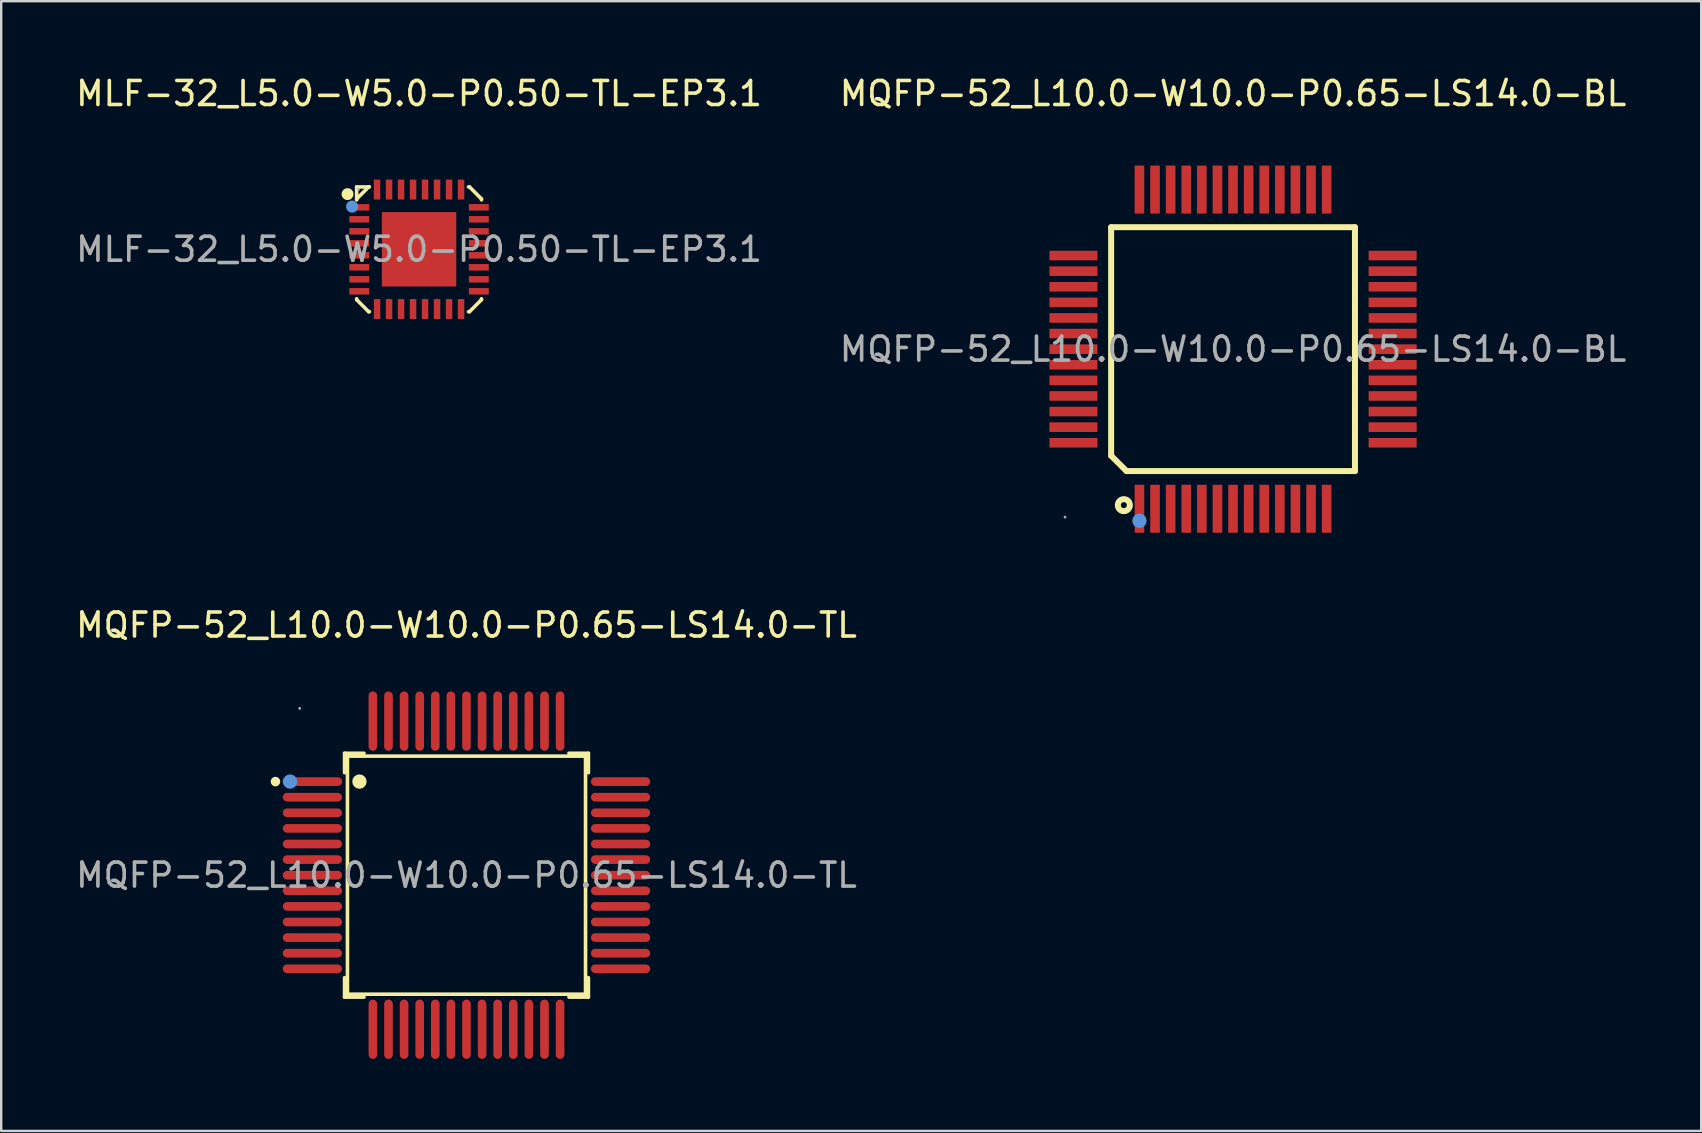
<source format=kicad_pcb>
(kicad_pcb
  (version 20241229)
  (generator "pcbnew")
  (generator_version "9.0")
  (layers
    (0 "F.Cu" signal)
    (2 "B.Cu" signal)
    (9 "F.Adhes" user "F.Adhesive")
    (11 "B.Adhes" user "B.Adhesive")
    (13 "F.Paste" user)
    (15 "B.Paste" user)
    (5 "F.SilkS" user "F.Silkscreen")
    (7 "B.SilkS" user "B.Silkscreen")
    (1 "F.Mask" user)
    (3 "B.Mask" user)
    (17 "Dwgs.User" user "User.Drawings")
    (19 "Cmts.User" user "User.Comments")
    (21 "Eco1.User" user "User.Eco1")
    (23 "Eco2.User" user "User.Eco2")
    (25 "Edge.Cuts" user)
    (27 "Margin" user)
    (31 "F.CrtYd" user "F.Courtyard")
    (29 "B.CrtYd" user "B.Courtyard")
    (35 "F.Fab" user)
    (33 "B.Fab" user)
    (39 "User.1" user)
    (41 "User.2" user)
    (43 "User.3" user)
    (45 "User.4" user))
  (footprint "MQFP-52_L10.0-W10.0-P0.65-LS14.0-BL"
    (layer "F.Cu")
    (at 48.327 11.498)
    (property "Reference" "MQFP-52_L10.0-W10.0-P0.65-LS14.0-BL" (at 0 -10.65 0) (layer "F.SilkS") (effects (font (size 1 1) (thickness 0.15))))
    (attr through_hole)
    (fp_line (start -5.08 -5.08) (end 5.08 -5.08) (stroke (width 0.25) (type solid)) (layer "F.SilkS"))
    (fp_line (start -5.08 4.44) (end -5.08 -5.08) (stroke (width 0.25) (type solid)) (layer "F.SilkS"))
    (fp_line (start -4.44 5.08) (end -5.08 4.44) (stroke (width 0.25) (type solid)) (layer "F.SilkS"))
    (fp_line (start 5.08 -5.08) (end 5.08 5.08) (stroke (width 0.25) (type solid)) (layer "F.SilkS"))
    (fp_line (start 5.08 5.08) (end -4.44 5.08) (stroke (width 0.25) (type solid)) (layer "F.SilkS"))
    (fp_circle (center -4.55 6.5) (end -4.3 6.5) (stroke (width 0.25) (type solid)) (fill no) (layer "F.SilkS"))
    (fp_circle (center -3.9 7.15) (end -3.75 7.15) (stroke (width 0.3) (type solid)) (fill no) (layer "Cmts.User"))
    (fp_circle (center -7 7) (end -6.97 7) (stroke (width 0.06) (type solid)) (fill no) (layer "F.Fab"))
    (fp_text user "${REFERENCE}" (at 0 0 0) (layer "F.Fab") (effects (font (size 1 1) (thickness 0.15))))
    (pad "1" smd rect (at -3.9 6.65 90) (size 2 0.4) (layers "F.Cu" "F.Mask" "F.Paste"))
    (pad "2" smd rect (at -3.25 6.65 90) (size 2 0.4) (layers "F.Cu" "F.Mask" "F.Paste"))
    (pad "3" smd rect (at -2.6 6.65 90) (size 2 0.4) (layers "F.Cu" "F.Mask" "F.Paste"))
    (pad "4" smd rect (at -1.95 6.65 90) (size 2 0.4) (layers "F.Cu" "F.Mask" "F.Paste"))
    (pad "5" smd rect (at -1.3 6.65 90) (size 2 0.4) (layers "F.Cu" "F.Mask" "F.Paste"))
    (pad "6" smd rect (at -0.65 6.65 90) (size 2 0.4) (layers "F.Cu" "F.Mask" "F.Paste"))
    (pad "7" smd rect (at 0 6.65 90) (size 2 0.4) (layers "F.Cu" "F.Mask" "F.Paste"))
    (pad "8" smd rect (at 0.65 6.65 90) (size 2 0.4) (layers "F.Cu" "F.Mask" "F.Paste"))
    (pad "9" smd rect (at 1.3 6.65 90) (size 2 0.4) (layers "F.Cu" "F.Mask" "F.Paste"))
    (pad "10" smd rect (at 1.95 6.65 90) (size 2 0.4) (layers "F.Cu" "F.Mask" "F.Paste"))
    (pad "11" smd rect (at 2.6 6.65 90) (size 2 0.4) (layers "F.Cu" "F.Mask" "F.Paste"))
    (pad "12" smd rect (at 3.25 6.65 90) (size 2 0.4) (layers "F.Cu" "F.Mask" "F.Paste"))
    (pad "13" smd rect (at 3.9 6.65 90) (size 2 0.4) (layers "F.Cu" "F.Mask" "F.Paste"))
    (pad "14" smd rect (at 6.65 3.9 180) (size 2 0.4) (layers "F.Cu" "F.Mask" "F.Paste"))
    (pad "15" smd rect (at 6.65 3.25 180) (size 2 0.4) (layers "F.Cu" "F.Mask" "F.Paste"))
    (pad "16" smd rect (at 6.65 2.6 180) (size 2 0.4) (layers "F.Cu" "F.Mask" "F.Paste"))
    (pad "17" smd rect (at 6.65 1.95 180) (size 2 0.4) (layers "F.Cu" "F.Mask" "F.Paste"))
    (pad "18" smd rect (at 6.65 1.3 180) (size 2 0.4) (layers "F.Cu" "F.Mask" "F.Paste"))
    (pad "19" smd rect (at 6.65 0.65 180) (size 2 0.4) (layers "F.Cu" "F.Mask" "F.Paste"))
    (pad "20" smd rect (at 6.65 0 180) (size 2 0.4) (layers "F.Cu" "F.Mask" "F.Paste"))
    (pad "21" smd rect (at 6.65 -0.65 180) (size 2 0.4) (layers "F.Cu" "F.Mask" "F.Paste"))
    (pad "22" smd rect (at 6.65 -1.3 180) (size 2 0.4) (layers "F.Cu" "F.Mask" "F.Paste"))
    (pad "23" smd rect (at 6.65 -1.95 180) (size 2 0.4) (layers "F.Cu" "F.Mask" "F.Paste"))
    (pad "24" smd rect (at 6.65 -2.6 180) (size 2 0.4) (layers "F.Cu" "F.Mask" "F.Paste"))
    (pad "25" smd rect (at 6.65 -3.25 180) (size 2 0.4) (layers "F.Cu" "F.Mask" "F.Paste"))
    (pad "26" smd rect (at 6.65 -3.9 180) (size 2 0.4) (layers "F.Cu" "F.Mask" "F.Paste"))
    (pad "27" smd rect (at 3.9 -6.65 270) (size 2 0.4) (layers "F.Cu" "F.Mask" "F.Paste"))
    (pad "28" smd rect (at 3.25 -6.65 270) (size 2 0.4) (layers "F.Cu" "F.Mask" "F.Paste"))
    (pad "29" smd rect (at 2.6 -6.65 270) (size 2 0.4) (layers "F.Cu" "F.Mask" "F.Paste"))
    (pad "30" smd rect (at 1.95 -6.65 270) (size 2 0.4) (layers "F.Cu" "F.Mask" "F.Paste"))
    (pad "31" smd rect (at 1.3 -6.65 270) (size 2 0.4) (layers "F.Cu" "F.Mask" "F.Paste"))
    (pad "32" smd rect (at 0.65 -6.65 270) (size 2 0.4) (layers "F.Cu" "F.Mask" "F.Paste"))
    (pad "33" smd rect (at 0 -6.65 270) (size 2 0.4) (layers "F.Cu" "F.Mask" "F.Paste"))
    (pad "34" smd rect (at -0.65 -6.65 270) (size 2 0.4) (layers "F.Cu" "F.Mask" "F.Paste"))
    (pad "35" smd rect (at -1.3 -6.65 270) (size 2 0.4) (layers "F.Cu" "F.Mask" "F.Paste"))
    (pad "36" smd rect (at -1.95 -6.65 270) (size 2 0.4) (layers "F.Cu" "F.Mask" "F.Paste"))
    (pad "37" smd rect (at -2.6 -6.65 270) (size 2 0.4) (layers "F.Cu" "F.Mask" "F.Paste"))
    (pad "38" smd rect (at -3.25 -6.65 270) (size 2 0.4) (layers "F.Cu" "F.Mask" "F.Paste"))
    (pad "39" smd rect (at -3.9 -6.65 270) (size 2 0.4) (layers "F.Cu" "F.Mask" "F.Paste"))
    (pad "40" smd rect (at -6.65 -3.9) (size 2 0.4) (layers "F.Cu" "F.Mask" "F.Paste"))
    (pad "41" smd rect (at -6.65 -3.25) (size 2 0.4) (layers "F.Cu" "F.Mask" "F.Paste"))
    (pad "42" smd rect (at -6.65 -2.6) (size 2 0.4) (layers "F.Cu" "F.Mask" "F.Paste"))
    (pad "43" smd rect (at -6.65 -1.95) (size 2 0.4) (layers "F.Cu" "F.Mask" "F.Paste"))
    (pad "44" smd rect (at -6.65 -1.3) (size 2 0.4) (layers "F.Cu" "F.Mask" "F.Paste"))
    (pad "45" smd rect (at -6.65 -0.65) (size 2 0.4) (layers "F.Cu" "F.Mask" "F.Paste"))
    (pad "46" smd rect (at -6.65 0) (size 2 0.4) (layers "F.Cu" "F.Mask" "F.Paste"))
    (pad "47" smd rect (at -6.65 0.65) (size 2 0.4) (layers "F.Cu" "F.Mask" "F.Paste"))
    (pad "48" smd rect (at -6.65 1.3) (size 2 0.4) (layers "F.Cu" "F.Mask" "F.Paste"))
    (pad "49" smd rect (at -6.65 1.95) (size 2 0.4) (layers "F.Cu" "F.Mask" "F.Paste"))
    (pad "50" smd rect (at -6.65 2.6) (size 2 0.4) (layers "F.Cu" "F.Mask" "F.Paste"))
    (pad "51" smd rect (at -6.65 3.25) (size 2 0.4) (layers "F.Cu" "F.Mask" "F.Paste"))
    (pad "52" smd rect (at -6.65 3.9) (size 2 0.4) (layers "F.Cu" "F.Mask" "F.Paste")))
  (footprint "MQFP-52_L10.0-W10.0-P0.65-LS14.0-TL"
    (layer "F.Cu")
    (at 16.387 33.416)
    (property "Reference" "MQFP-52_L10.0-W10.0-P0.65-LS14.0-TL" (at 0 -10.42 0) (layer "F.SilkS") (effects (font (size 1 1) (thickness 0.15))))
    (attr through_hole)
    (fp_line (start -5.08 -5.08) (end -5.08 -4.27) (stroke (width 0.15) (type solid)) (layer "F.SilkS"))
    (fp_line (start -5.08 5.08) (end -5.08 4.27) (stroke (width 0.15) (type solid)) (layer "F.SilkS"))
    (fp_line (start -4.96 -4.96) (end 4.96 -4.96) (stroke (width 0.15) (type solid)) (layer "F.SilkS"))
    (fp_line (start -4.96 4.96) (end -4.96 -4.96) (stroke (width 0.15) (type solid)) (layer "F.SilkS"))
    (fp_line (start -4.27 -5.08) (end -5.08 -5.08) (stroke (width 0.15) (type solid)) (layer "F.SilkS"))
    (fp_line (start -4.27 5.08) (end -5.08 5.08) (stroke (width 0.15) (type solid)) (layer "F.SilkS"))
    (fp_line (start 4.27 -5.08) (end 5.08 -5.08) (stroke (width 0.15) (type solid)) (layer "F.SilkS"))
    (fp_line (start 4.27 5.08) (end 5.08 5.08) (stroke (width 0.15) (type solid)) (layer "F.SilkS"))
    (fp_line (start 4.96 -4.96) (end 4.96 4.96) (stroke (width 0.15) (type solid)) (layer "F.SilkS"))
    (fp_line (start 4.96 4.96) (end -4.96 4.96) (stroke (width 0.15) (type solid)) (layer "F.SilkS"))
    (fp_line (start 5.08 -5.08) (end 5.08 -4.27) (stroke (width 0.15) (type solid)) (layer "F.SilkS"))
    (fp_line (start 5.08 5.08) (end 5.08 4.27) (stroke (width 0.15) (type solid)) (layer "F.SilkS"))
    (fp_circle (center -7.96 -3.9) (end -7.86 -3.9) (stroke (width 0.2) (type solid)) (fill no) (layer "F.SilkS"))
    (fp_circle (center -4.46 -3.9) (end -4.31 -3.9) (stroke (width 0.3) (type solid)) (fill no) (layer "F.SilkS"))
    (fp_circle (center -7.35 -3.9) (end -7.2 -3.9) (stroke (width 0.3) (type solid)) (fill no) (layer "Cmts.User"))
    (fp_circle (center -6.95 -6.95) (end -6.92 -6.95) (stroke (width 0.06) (type solid)) (fill no) (layer "F.Fab"))
    (fp_text user "${REFERENCE}" (at 0 0 0) (layer "F.Fab") (effects (font (size 1 1) (thickness 0.15))))
    (pad "1" smd oval (at -6.42 -3.9 270) (size 0.36 2.47) (layers "F.Cu" "F.Mask" "F.Paste"))
    (pad "2" smd oval (at -6.42 -3.25 270) (size 0.36 2.47) (layers "F.Cu" "F.Mask" "F.Paste"))
    (pad "3" smd oval (at -6.42 -2.6 270) (size 0.36 2.47) (layers "F.Cu" "F.Mask" "F.Paste"))
    (pad "4" smd oval (at -6.42 -1.95 270) (size 0.36 2.47) (layers "F.Cu" "F.Mask" "F.Paste"))
    (pad "5" smd oval (at -6.42 -1.3 270) (size 0.36 2.47) (layers "F.Cu" "F.Mask" "F.Paste"))
    (pad "6" smd oval (at -6.42 -0.65 270) (size 0.36 2.47) (layers "F.Cu" "F.Mask" "F.Paste"))
    (pad "7" smd oval (at -6.42 0 270) (size 0.36 2.47) (layers "F.Cu" "F.Mask" "F.Paste"))
    (pad "8" smd oval (at -6.42 0.65 270) (size 0.36 2.47) (layers "F.Cu" "F.Mask" "F.Paste"))
    (pad "9" smd oval (at -6.42 1.3 270) (size 0.36 2.47) (layers "F.Cu" "F.Mask" "F.Paste"))
    (pad "10" smd oval (at -6.42 1.95 270) (size 0.36 2.47) (layers "F.Cu" "F.Mask" "F.Paste"))
    (pad "11" smd oval (at -6.42 2.6 270) (size 0.36 2.47) (layers "F.Cu" "F.Mask" "F.Paste"))
    (pad "12" smd oval (at -6.42 3.25 270) (size 0.36 2.47) (layers "F.Cu" "F.Mask" "F.Paste"))
    (pad "13" smd oval (at -6.42 3.9 270) (size 0.36 2.47) (layers "F.Cu" "F.Mask" "F.Paste"))
    (pad "14" smd oval (at -3.9 6.42 270) (size 2.47 0.36) (layers "F.Cu" "F.Mask" "F.Paste"))
    (pad "15" smd oval (at -3.25 6.42 270) (size 2.47 0.36) (layers "F.Cu" "F.Mask" "F.Paste"))
    (pad "16" smd oval (at -2.6 6.42 270) (size 2.47 0.36) (layers "F.Cu" "F.Mask" "F.Paste"))
    (pad "17" smd oval (at -1.95 6.42 270) (size 2.47 0.36) (layers "F.Cu" "F.Mask" "F.Paste"))
    (pad "18" smd oval (at -1.3 6.42 270) (size 2.47 0.36) (layers "F.Cu" "F.Mask" "F.Paste"))
    (pad "19" smd oval (at -0.65 6.42 270) (size 2.47 0.36) (layers "F.Cu" "F.Mask" "F.Paste"))
    (pad "20" smd oval (at 0 6.42 270) (size 2.47 0.36) (layers "F.Cu" "F.Mask" "F.Paste"))
    (pad "21" smd oval (at 0.65 6.42 270) (size 2.47 0.36) (layers "F.Cu" "F.Mask" "F.Paste"))
    (pad "22" smd oval (at 1.3 6.42 270) (size 2.47 0.36) (layers "F.Cu" "F.Mask" "F.Paste"))
    (pad "23" smd oval (at 1.95 6.42 270) (size 2.47 0.36) (layers "F.Cu" "F.Mask" "F.Paste"))
    (pad "24" smd oval (at 2.6 6.42 270) (size 2.47 0.36) (layers "F.Cu" "F.Mask" "F.Paste"))
    (pad "25" smd oval (at 3.25 6.42 270) (size 2.47 0.36) (layers "F.Cu" "F.Mask" "F.Paste"))
    (pad "26" smd oval (at 3.9 6.42 270) (size 2.47 0.36) (layers "F.Cu" "F.Mask" "F.Paste"))
    (pad "27" smd oval (at 6.42 3.9 270) (size 0.36 2.47) (layers "F.Cu" "F.Mask" "F.Paste"))
    (pad "28" smd oval (at 6.42 3.25 270) (size 0.36 2.47) (layers "F.Cu" "F.Mask" "F.Paste"))
    (pad "29" smd oval (at 6.42 2.6 270) (size 0.36 2.47) (layers "F.Cu" "F.Mask" "F.Paste"))
    (pad "30" smd oval (at 6.42 1.95 270) (size 0.36 2.47) (layers "F.Cu" "F.Mask" "F.Paste"))
    (pad "31" smd oval (at 6.42 1.3 270) (size 0.36 2.47) (layers "F.Cu" "F.Mask" "F.Paste"))
    (pad "32" smd oval (at 6.42 0.65 270) (size 0.36 2.47) (layers "F.Cu" "F.Mask" "F.Paste"))
    (pad "33" smd oval (at 6.42 0 270) (size 0.36 2.47) (layers "F.Cu" "F.Mask" "F.Paste"))
    (pad "34" smd oval (at 6.42 -0.65 270) (size 0.36 2.47) (layers "F.Cu" "F.Mask" "F.Paste"))
    (pad "35" smd oval (at 6.42 -1.3 270) (size 0.36 2.47) (layers "F.Cu" "F.Mask" "F.Paste"))
    (pad "36" smd oval (at 6.42 -1.95 270) (size 0.36 2.47) (layers "F.Cu" "F.Mask" "F.Paste"))
    (pad "37" smd oval (at 6.42 -2.6 270) (size 0.36 2.47) (layers "F.Cu" "F.Mask" "F.Paste"))
    (pad "38" smd oval (at 6.42 -3.25 270) (size 0.36 2.47) (layers "F.Cu" "F.Mask" "F.Paste"))
    (pad "39" smd oval (at 6.42 -3.9 270) (size 0.36 2.47) (layers "F.Cu" "F.Mask" "F.Paste"))
    (pad "40" smd oval (at 3.9 -6.42 270) (size 2.47 0.36) (layers "F.Cu" "F.Mask" "F.Paste"))
    (pad "41" smd oval (at 3.25 -6.42 270) (size 2.47 0.36) (layers "F.Cu" "F.Mask" "F.Paste"))
    (pad "42" smd oval (at 2.6 -6.42 270) (size 2.47 0.36) (layers "F.Cu" "F.Mask" "F.Paste"))
    (pad "43" smd oval (at 1.95 -6.42 270) (size 2.47 0.36) (layers "F.Cu" "F.Mask" "F.Paste"))
    (pad "44" smd oval (at 1.3 -6.42 270) (size 2.47 0.36) (layers "F.Cu" "F.Mask" "F.Paste"))
    (pad "45" smd oval (at 0.65 -6.42 270) (size 2.47 0.36) (layers "F.Cu" "F.Mask" "F.Paste"))
    (pad "46" smd oval (at 0 -6.42 270) (size 2.47 0.36) (layers "F.Cu" "F.Mask" "F.Paste"))
    (pad "47" smd oval (at -0.65 -6.42 270) (size 2.47 0.36) (layers "F.Cu" "F.Mask" "F.Paste"))
    (pad "48" smd oval (at -1.3 -6.42 270) (size 2.47 0.36) (layers "F.Cu" "F.Mask" "F.Paste"))
    (pad "49" smd oval (at -1.95 -6.42 270) (size 2.47 0.36) (layers "F.Cu" "F.Mask" "F.Paste"))
    (pad "50" smd oval (at -2.6 -6.42 270) (size 2.47 0.36) (layers "F.Cu" "F.Mask" "F.Paste"))
    (pad "51" smd oval (at -3.25 -6.42 270) (size 2.47 0.36) (layers "F.Cu" "F.Mask" "F.Paste"))
    (pad "52" smd oval (at -3.9 -6.42 270) (size 2.47 0.36) (layers "F.Cu" "F.Mask" "F.Paste")))
  (footprint "MLF-32_L5.0-W5.0-P0.50-TL-EP3.1"
    (layer "F.Cu")
    (at 14.411 7.338)
    (property "Reference" "MLF-32_L5.0-W5.0-P0.50-TL-EP3.1" (at 0 -6.49 0) (layer "F.SilkS") (effects (font (size 1 1) (thickness 0.15))))
    (attr through_hole)
    (fp_line (start -2.6 -2.6) (end -2.6 -2.1) (stroke (width 0.15) (type solid)) (layer "F.SilkS"))
    (fp_line (start -2.6 -2.1) (end -2.6 -2.06) (stroke (width 0.15) (type solid)) (layer "F.SilkS"))
    (fp_line (start -2.6 2.06) (end -2.6 2.1) (stroke (width 0.15) (type solid)) (layer "F.SilkS"))
    (fp_line (start -2.6 2.1) (end -2.1 2.6) (stroke (width 0.15) (type solid)) (layer "F.SilkS"))
    (fp_line (start -2.1 -2.6) (end -2.6 -2.6) (stroke (width 0.15) (type solid)) (layer "F.SilkS"))
    (fp_line (start -2.1 -2.6) (end -2.6 -2.1) (stroke (width 0.15) (type solid)) (layer "F.SilkS"))
    (fp_line (start -2.1 2.6) (end -2.07 2.6) (stroke (width 0.15) (type solid)) (layer "F.SilkS"))
    (fp_line (start -2.07 -2.6) (end -2.1 -2.6) (stroke (width 0.15) (type solid)) (layer "F.SilkS"))
    (fp_line (start 2.06 2.6) (end 2.1 2.6) (stroke (width 0.15) (type solid)) (layer "F.SilkS"))
    (fp_line (start 2.1 -2.6) (end 2.06 -2.6) (stroke (width 0.15) (type solid)) (layer "F.SilkS"))
    (fp_line (start 2.1 2.6) (end 2.6 2.1) (stroke (width 0.15) (type solid)) (layer "F.SilkS"))
    (fp_line (start 2.6 -2.1) (end 2.1 -2.6) (stroke (width 0.15) (type solid)) (layer "F.SilkS"))
    (fp_line (start 2.6 -2.06) (end 2.6 -2.1) (stroke (width 0.15) (type solid)) (layer "F.SilkS"))
    (fp_line (start 2.6 2.1) (end 2.6 2.06) (stroke (width 0.15) (type solid)) (layer "F.SilkS"))
    (fp_arc (start -2.98 -2.3) (mid -2.98 -2.3) (end -2.98 -2.3) (stroke (width 0.25) (type solid)) (layer "F.SilkS"))
    (fp_circle (center -2.79 -1.78) (end -2.66 -1.78) (stroke (width 0.25) (type solid)) (fill no) (layer "Cmts.User"))
    (fp_circle (center -2.52 -2.5) (end -2.49 -2.5) (stroke (width 0.06) (type solid)) (fill no) (layer "F.Fab"))
    (fp_text user "${REFERENCE}" (at 0 0 0) (layer "F.Fab") (effects (font (size 1 1) (thickness 0.15))))
    (pad "1" smd rect (at -2.49 -1.75 90) (size 0.27 0.83) (layers "F.Cu" "F.Mask" "F.Paste"))
    (pad "2" smd rect (at -2.49 -1.25 90) (size 0.27 0.83) (layers "F.Cu" "F.Mask" "F.Paste"))
    (pad "3" smd rect (at -2.49 -0.75 90) (size 0.27 0.83) (layers "F.Cu" "F.Mask" "F.Paste"))
    (pad "4" smd rect (at -2.49 -0.25 90) (size 0.27 0.83) (layers "F.Cu" "F.Mask" "F.Paste"))
    (pad "5" smd rect (at -2.49 0.25 90) (size 0.27 0.83) (layers "F.Cu" "F.Mask" "F.Paste"))
    (pad "6" smd rect (at -2.49 0.75 90) (size 0.27 0.83) (layers "F.Cu" "F.Mask" "F.Paste"))
    (pad "7" smd rect (at -2.49 1.25 90) (size 0.27 0.83) (layers "F.Cu" "F.Mask" "F.Paste"))
    (pad "8" smd rect (at -2.49 1.75 90) (size 0.27 0.83) (layers "F.Cu" "F.Mask" "F.Paste"))
    (pad "9" smd rect (at -1.75 2.49) (size 0.27 0.83) (layers "F.Cu" "F.Mask" "F.Paste"))
    (pad "10" smd rect (at -1.25 2.49) (size 0.27 0.83) (layers "F.Cu" "F.Mask" "F.Paste"))
    (pad "11" smd rect (at -0.75 2.49) (size 0.27 0.83) (layers "F.Cu" "F.Mask" "F.Paste"))
    (pad "12" smd rect (at -0.25 2.49) (size 0.27 0.83) (layers "F.Cu" "F.Mask" "F.Paste"))
    (pad "13" smd rect (at 0.25 2.49) (size 0.27 0.83) (layers "F.Cu" "F.Mask" "F.Paste"))
    (pad "14" smd rect (at 0.75 2.49) (size 0.27 0.83) (layers "F.Cu" "F.Mask" "F.Paste"))
    (pad "15" smd rect (at 1.25 2.49) (size 0.27 0.83) (layers "F.Cu" "F.Mask" "F.Paste"))
    (pad "16" smd rect (at 1.75 2.49) (size 0.27 0.83) (layers "F.Cu" "F.Mask" "F.Paste"))
    (pad "17" smd rect (at 2.49 1.75 90) (size 0.27 0.83) (layers "F.Cu" "F.Mask" "F.Paste"))
    (pad "18" smd rect (at 2.49 1.25 90) (size 0.27 0.83) (layers "F.Cu" "F.Mask" "F.Paste"))
    (pad "19" smd rect (at 2.49 0.75 90) (size 0.27 0.83) (layers "F.Cu" "F.Mask" "F.Paste"))
    (pad "20" smd rect (at 2.49 0.25 90) (size 0.27 0.83) (layers "F.Cu" "F.Mask" "F.Paste"))
    (pad "21" smd rect (at 2.49 -0.25 90) (size 0.27 0.83) (layers "F.Cu" "F.Mask" "F.Paste"))
    (pad "22" smd rect (at 2.49 -0.75 90) (size 0.27 0.83) (layers "F.Cu" "F.Mask" "F.Paste"))
    (pad "23" smd rect (at 2.49 -1.25 90) (size 0.27 0.83) (layers "F.Cu" "F.Mask" "F.Paste"))
    (pad "24" smd rect (at 2.49 -1.75 90) (size 0.27 0.83) (layers "F.Cu" "F.Mask" "F.Paste"))
    (pad "25" smd rect (at 1.75 -2.49) (size 0.27 0.83) (layers "F.Cu" "F.Mask" "F.Paste"))
    (pad "26" smd rect (at 1.25 -2.49) (size 0.27 0.83) (layers "F.Cu" "F.Mask" "F.Paste"))
    (pad "27" smd rect (at 0.75 -2.49) (size 0.27 0.83) (layers "F.Cu" "F.Mask" "F.Paste"))
    (pad "28" smd rect (at 0.25 -2.49) (size 0.27 0.83) (layers "F.Cu" "F.Mask" "F.Paste"))
    (pad "29" smd rect (at -0.25 -2.49) (size 0.27 0.83) (layers "F.Cu" "F.Mask" "F.Paste"))
    (pad "30" smd rect (at -0.75 -2.49) (size 0.27 0.83) (layers "F.Cu" "F.Mask" "F.Paste"))
    (pad "31" smd rect (at -1.25 -2.49) (size 0.27 0.83) (layers "F.Cu" "F.Mask" "F.Paste"))
    (pad "32" smd rect (at -1.75 -2.49) (size 0.27 0.83) (layers "F.Cu" "F.Mask" "F.Paste"))
    (pad "33" smd rect (at 0 0) (size 3.1 3.1) (layers "F.Cu" "F.Mask" "F.Paste")))
  (gr_rect
    (start -3 -3)
    (end 67.833 44.072)
    (stroke (width 0.1) (type default))
    (fill no)
    (layer "Edge.Cuts")))
</source>
